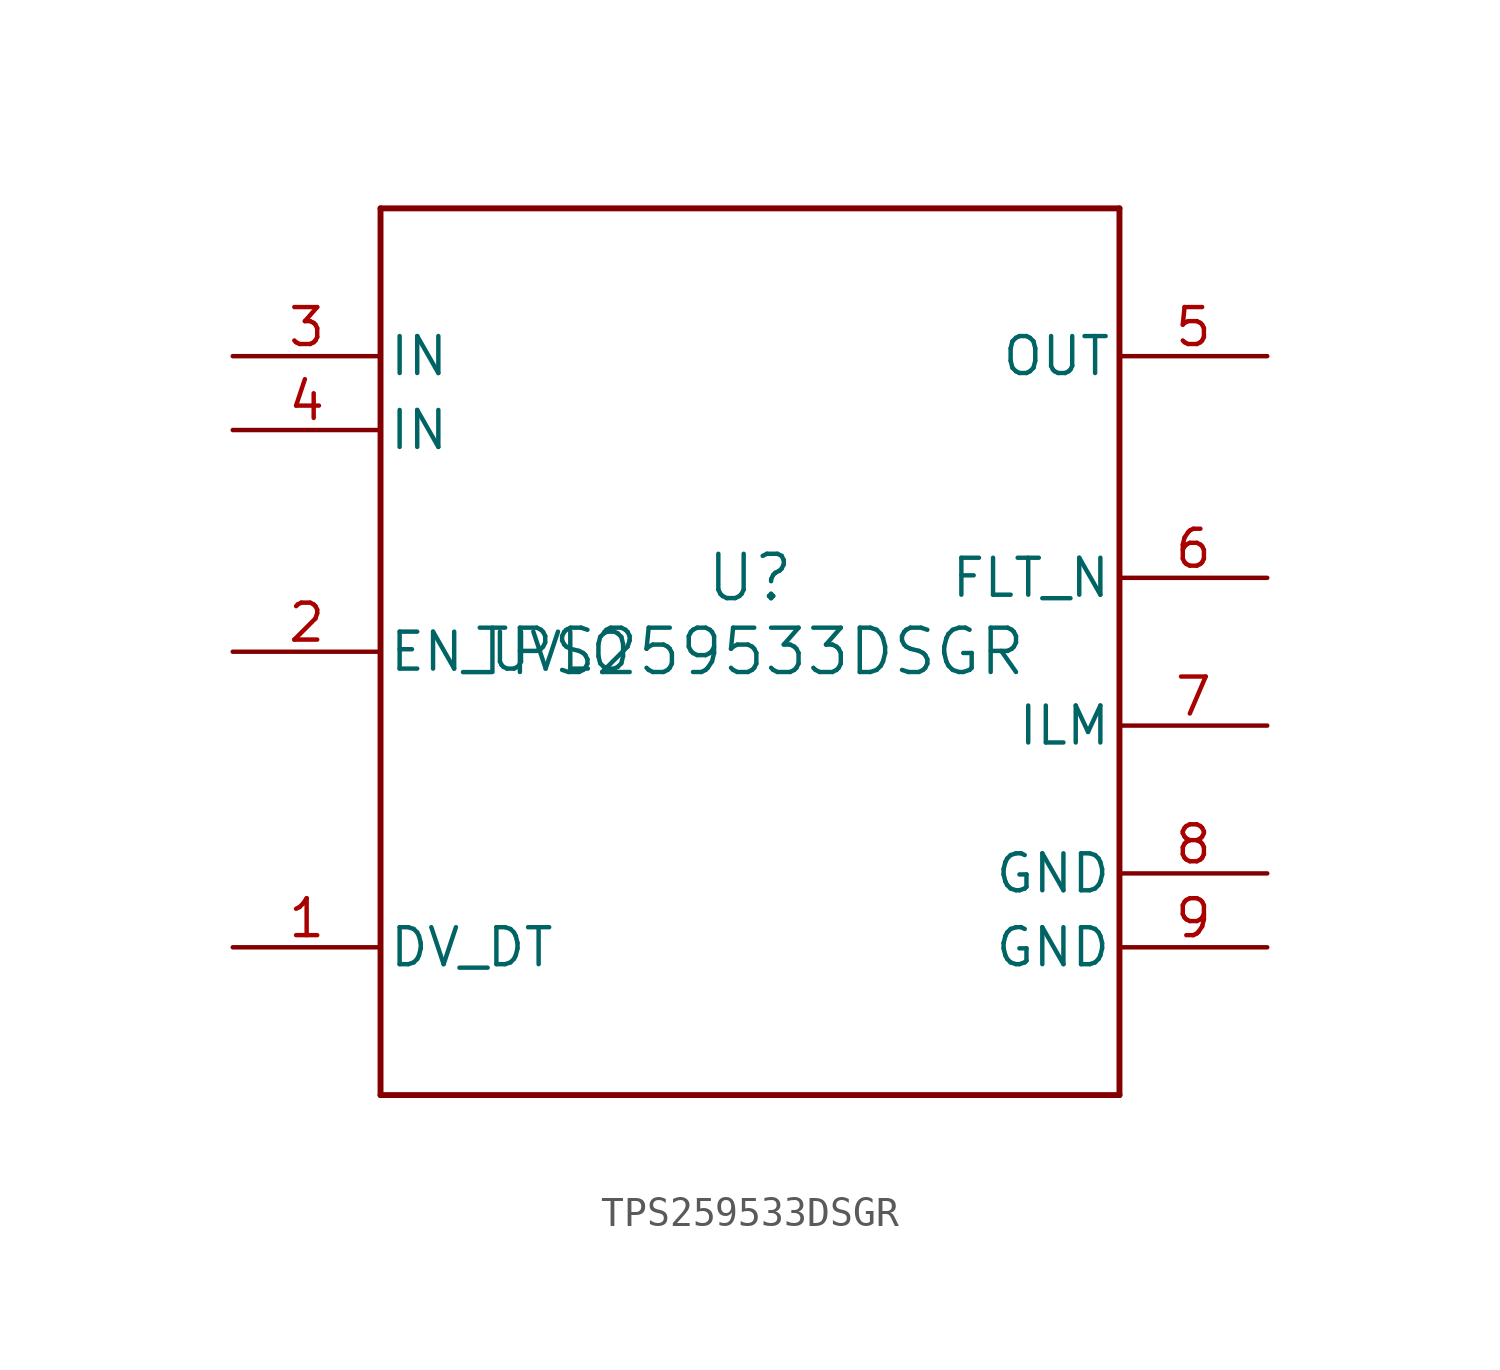
<source format=kicad_sym>
(kicad_symbol_lib
  (version 20211014)
  (generator kicad_symbol_editor)
  (symbol "TPS259533DSGR"
    (pin_names
      (offset 0.254))
    (property "Reference" "U"
      (at 0 2.54 0)
      (effects (font (size 1.524 1.524))))
    (property "Value" "TPS259533DSGR"
      (at 0 0 0)
      (effects (font (size 1.524 1.524))))
    (symbol "TPS259533DSGR_0_1"
      (polyline (pts (xy -12.7 -15.24) (xy 12.7 -15.24)) (stroke (width 0.203) (type default) (color 0 0 0 0)) (fill (type none)))
      (polyline (pts (xy 12.7 -15.24) (xy 12.7 15.24)) (stroke (width 0.203) (type default) (color 0 0 0 0)) (fill (type none)))
      (polyline (pts (xy 12.7 15.24) (xy -12.7 15.24)) (stroke (width 0.203) (type default) (color 0 0 0 0)) (fill (type none)))
      (polyline (pts (xy -12.7 15.24) (xy -12.7 -15.24)) (stroke (width 0.203) (type default) (color 0 0 0 0)) (fill (type none)))
      (pin bidirectional line (at -17.78 -10.16 0) (length 5.08) (name "DV_DT" (effects (font (size 1.27 1.27)))) (number "1" (effects (font (size 1.27 1.27)))))
      (pin input line (at -17.78 0 0) (length 5.08) (name "EN_UVLO" (effects (font (size 1.27 1.27)))) (number "2" (effects (font (size 1.27 1.27)))))
      (pin power_in line (at -17.78 10.16 0) (length 5.08) (name "IN" (effects (font (size 1.27 1.27)))) (number "3" (effects (font (size 1.27 1.27)))))
      (pin power_in line (at -17.78 7.62 0) (length 5.08) (name "IN" (effects (font (size 1.27 1.27)))) (number "4" (effects (font (size 1.27 1.27)))))
      (pin power_in line (at 17.78 10.16 180) (length 5.08) (name "OUT" (effects (font (size 1.27 1.27)))) (number "5" (effects (font (size 1.27 1.27)))))
      (pin open_collector line (at 17.78 2.54 180) (length 5.08) (name "FLT_N" (effects (font (size 1.27 1.27)))) (number "6" (effects (font (size 1.27 1.27)))))
      (pin bidirectional line (at 17.78 -2.54 180) (length 5.08) (name "ILM" (effects (font (size 1.27 1.27)))) (number "7" (effects (font (size 1.27 1.27)))))
      (pin power_in line (at 17.78 -7.62 180) (length 5.08) (name "GND" (effects (font (size 1.27 1.27)))) (number "8" (effects (font (size 1.27 1.27)))))
      (pin power_in line (at 17.78 -10.16 180) (length 5.08) (name "GND" (effects (font (size 1.27 1.27)))) (number "9" (effects (font (size 1.27 1.27))))))))
</source>
